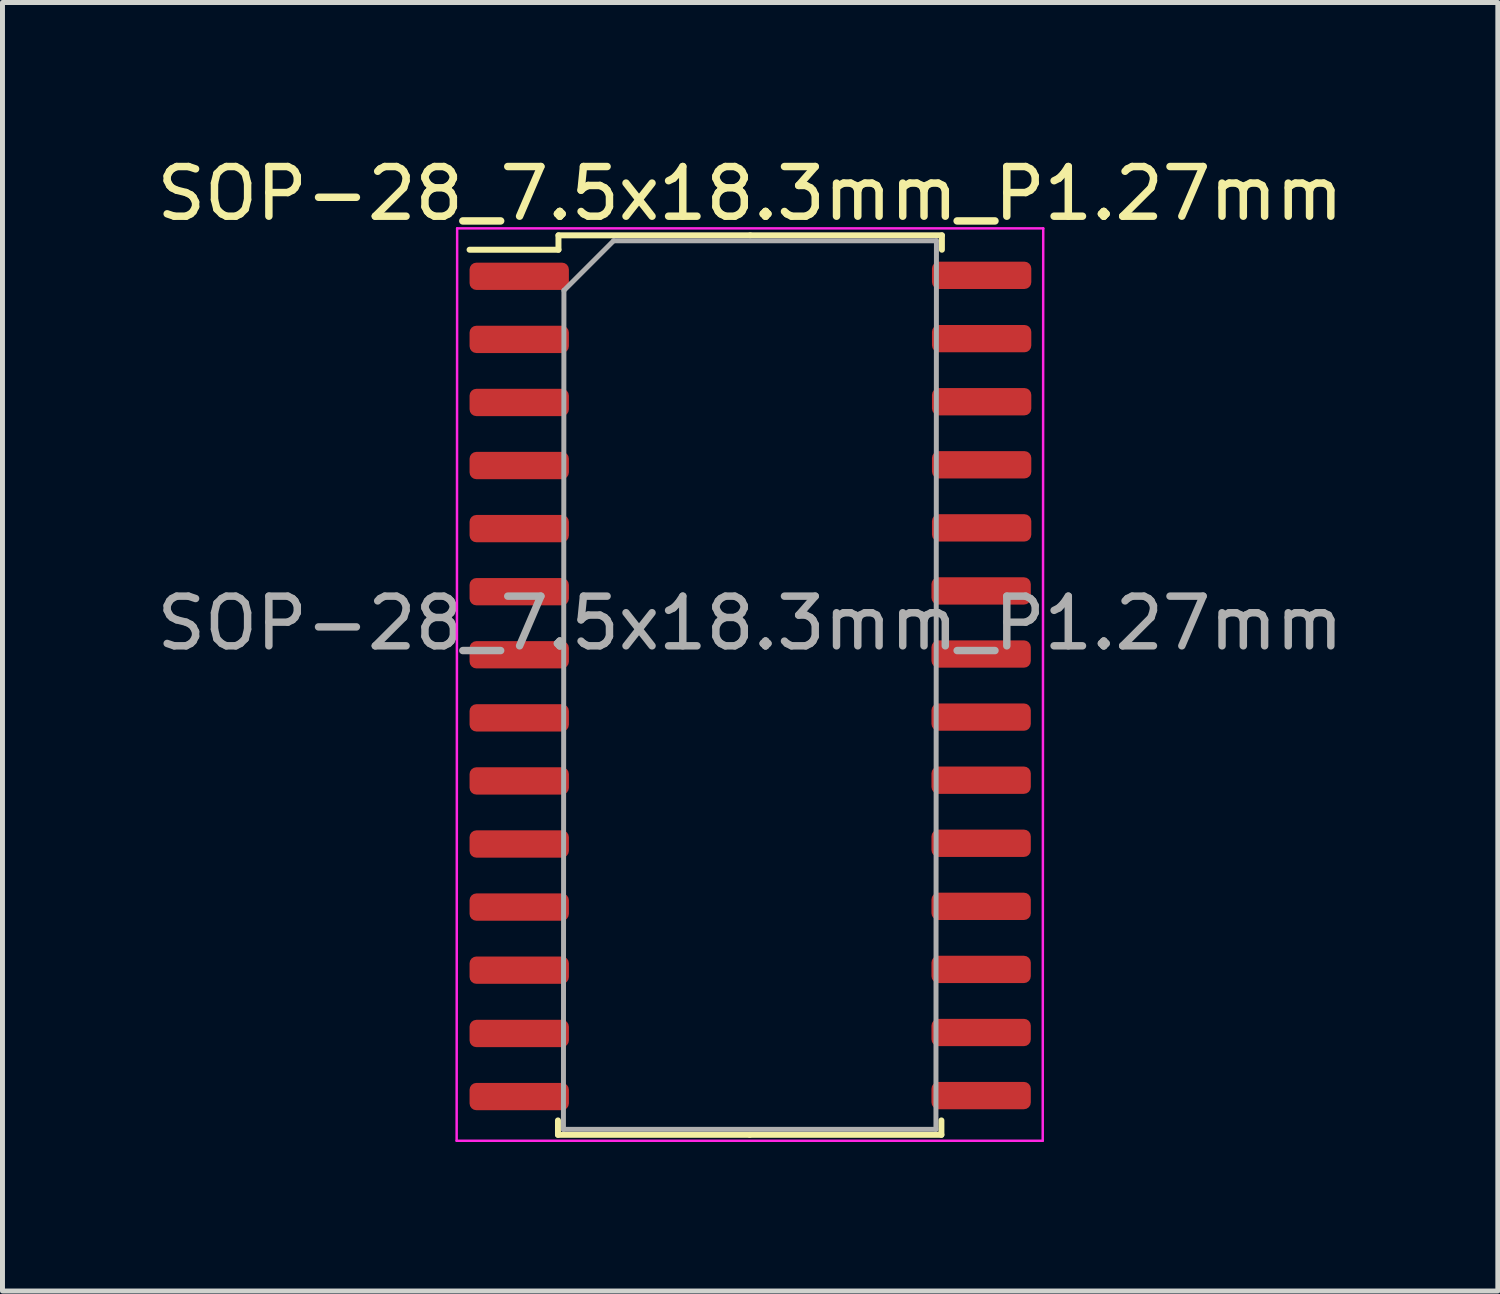
<source format=kicad_pcb>
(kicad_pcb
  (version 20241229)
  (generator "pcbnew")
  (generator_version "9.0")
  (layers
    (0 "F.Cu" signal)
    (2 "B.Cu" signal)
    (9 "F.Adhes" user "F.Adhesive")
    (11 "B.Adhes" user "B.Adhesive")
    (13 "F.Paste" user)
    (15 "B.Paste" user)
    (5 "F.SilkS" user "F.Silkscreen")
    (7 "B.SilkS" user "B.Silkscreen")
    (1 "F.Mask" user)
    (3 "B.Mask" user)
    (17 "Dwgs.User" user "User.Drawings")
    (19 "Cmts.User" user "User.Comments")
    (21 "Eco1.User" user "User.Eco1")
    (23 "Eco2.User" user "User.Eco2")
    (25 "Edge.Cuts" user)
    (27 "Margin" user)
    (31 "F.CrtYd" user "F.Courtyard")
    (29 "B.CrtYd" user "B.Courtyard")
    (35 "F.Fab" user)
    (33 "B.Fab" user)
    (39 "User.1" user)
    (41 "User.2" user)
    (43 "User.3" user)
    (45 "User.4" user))
  (footprint "SOP-28_7.5x18.3mm_P1.27mm"
    (layer "F.Cu")
    (at 12.054 9.498)
    (property "Reference" "SOP-28_7.5x18.3mm_P1.27mm" (at 0 -8.65 0) (layer "F.SilkS") (effects (font (size 1 1) (thickness 0.15))))
    (attr smd)
    (fp_line (start -3.87 10.3) (end -3.87 10.01) (stroke (width 0.12) (type solid)) (layer "F.SilkS"))
    (fp_line (start -3.86 -7.81) (end -3.86 -7.52) (stroke (width 0.12) (type solid)) (layer "F.SilkS"))
    (fp_line (start -3.86 -7.52) (end -5.65 -7.52) (stroke (width 0.12) (type solid)) (layer "F.SilkS"))
    (fp_line (start -0.01 10.3) (end -3.87 10.3) (stroke (width 0.12) (type solid)) (layer "F.SilkS"))
    (fp_line (start -0.01 10.3) (end 3.85 10.3) (stroke (width 0.12) (type solid)) (layer "F.SilkS"))
    (fp_line (start 0 -7.81) (end -3.86 -7.81) (stroke (width 0.12) (type solid)) (layer "F.SilkS"))
    (fp_line (start 0 -7.81) (end 3.86 -7.81) (stroke (width 0.12) (type solid)) (layer "F.SilkS"))
    (fp_line (start 3.85 10.3) (end 3.85 10.01) (stroke (width 0.12) (type solid)) (layer "F.SilkS"))
    (fp_line (start 3.86 -7.81) (end 3.86 -7.52) (stroke (width 0.12) (type solid)) (layer "F.SilkS"))
    (fp_line (start -5.91 10.42) (end 5.89 10.42) (stroke (width 0.05) (type solid)) (layer "F.CrtYd"))
    (fp_line (start -5.9 -7.95) (end -5.91 10.42) (stroke (width 0.05) (type solid)) (layer "F.CrtYd"))
    (fp_line (start 5.89 10.42) (end 5.9 -7.95) (stroke (width 0.05) (type solid)) (layer "F.CrtYd"))
    (fp_line (start 5.9 -7.95) (end -5.9 -7.95) (stroke (width 0.05) (type solid)) (layer "F.CrtYd"))
    (fp_line (start -3.76 10.19) (end -3.75 -6.7) (stroke (width 0.1) (type solid)) (layer "F.Fab"))
    (fp_line (start -3.75 -6.7) (end -2.75 -7.7) (stroke (width 0.1) (type solid)) (layer "F.Fab"))
    (fp_line (start -2.75 -7.7) (end 3.75 -7.7) (stroke (width 0.1) (type solid)) (layer "F.Fab"))
    (fp_line (start 3.74 10.19) (end -3.76 10.19) (stroke (width 0.1) (type solid)) (layer "F.Fab"))
    (fp_line (start 3.75 -7.7) (end 3.74 10.19) (stroke (width 0.1) (type solid)) (layer "F.Fab"))
    (fp_text user "${REFERENCE}" (at 0 0 0) (layer "F.Fab") (effects (font (size 1 1) (thickness 0.15))))
    (pad "1" smd roundrect (at -4.65 -6.985) (size 2 0.55) (layers "F.Cu" "F.Mask" "F.Paste") (roundrect_rratio 0.25))
    (pad "2" smd roundrect (at -4.65 -5.715) (size 2 0.55) (layers "F.Cu" "F.Mask" "F.Paste") (roundrect_rratio 0.25))
    (pad "3" smd roundrect (at -4.65 -4.445) (size 2 0.55) (layers "F.Cu" "F.Mask" "F.Paste") (roundrect_rratio 0.25))
    (pad "4" smd roundrect (at -4.65 -3.175) (size 2 0.55) (layers "F.Cu" "F.Mask" "F.Paste") (roundrect_rratio 0.25))
    (pad "5" smd roundrect (at -4.65 -1.905) (size 2 0.55) (layers "F.Cu" "F.Mask" "F.Paste") (roundrect_rratio 0.25))
    (pad "6" smd roundrect (at -4.65 -0.635) (size 2 0.55) (layers "F.Cu" "F.Mask" "F.Paste") (roundrect_rratio 0.25))
    (pad "7" smd roundrect (at -4.65 0.635) (size 2 0.55) (layers "F.Cu" "F.Mask" "F.Paste") (roundrect_rratio 0.25))
    (pad "8" smd roundrect (at -4.65 1.905) (size 2 0.55) (layers "F.Cu" "F.Mask" "F.Paste") (roundrect_rratio 0.25))
    (pad "9" smd roundrect (at -4.65 3.175) (size 2 0.55) (layers "F.Cu" "F.Mask" "F.Paste") (roundrect_rratio 0.25))
    (pad "10" smd roundrect (at -4.65 4.445) (size 2 0.55) (layers "F.Cu" "F.Mask" "F.Paste") (roundrect_rratio 0.25))
    (pad "11" smd roundrect (at -4.65 5.715) (size 2 0.55) (layers "F.Cu" "F.Mask" "F.Paste") (roundrect_rratio 0.25))
    (pad "12" smd roundrect (at -4.65 6.985) (size 2 0.55) (layers "F.Cu" "F.Mask" "F.Paste") (roundrect_rratio 0.25))
    (pad "13" smd roundrect (at -4.65 8.26 180) (size 2 0.55) (layers "F.Cu" "F.Mask" "F.Paste") (roundrect_rratio 0.25))
    (pad "14" smd roundrect (at -4.65 9.53 180) (size 2 0.55) (layers "F.Cu" "F.Mask" "F.Paste") (roundrect_rratio 0.25))
    (pad "15" smd roundrect (at 4.65 9.51) (size 2 0.55) (layers "F.Cu" "F.Mask" "F.Paste") (roundrect_rratio 0.25))
    (pad "16" smd roundrect (at 4.65 8.24) (size 2 0.55) (layers "F.Cu" "F.Mask" "F.Paste") (roundrect_rratio 0.25))
    (pad "17" smd roundrect (at 4.65 6.97) (size 2 0.55) (layers "F.Cu" "F.Mask" "F.Paste") (roundrect_rratio 0.25))
    (pad "18" smd roundrect (at 4.65 5.7) (size 2 0.55) (layers "F.Cu" "F.Mask" "F.Paste") (roundrect_rratio 0.25))
    (pad "19" smd roundrect (at 4.65 4.43) (size 2 0.55) (layers "F.Cu" "F.Mask" "F.Paste") (roundrect_rratio 0.25))
    (pad "20" smd roundrect (at 4.65 3.16) (size 2 0.55) (layers "F.Cu" "F.Mask" "F.Paste") (roundrect_rratio 0.25))
    (pad "21" smd roundrect (at 4.65 1.89) (size 2 0.55) (layers "F.Cu" "F.Mask" "F.Paste") (roundrect_rratio 0.25))
    (pad "22" smd roundrect (at 4.65 0.62) (size 2 0.55) (layers "F.Cu" "F.Mask" "F.Paste") (roundrect_rratio 0.25))
    (pad "23" smd roundrect (at 4.65 -0.65) (size 2 0.55) (layers "F.Cu" "F.Mask" "F.Paste") (roundrect_rratio 0.25))
    (pad "24" smd roundrect (at 4.66 -1.92) (size 2 0.55) (layers "F.Cu" "F.Mask" "F.Paste") (roundrect_rratio 0.25))
    (pad "25" smd roundrect (at 4.66 -3.19) (size 2 0.55) (layers "F.Cu" "F.Mask" "F.Paste") (roundrect_rratio 0.25))
    (pad "26" smd roundrect (at 4.66 -4.46) (size 2 0.55) (layers "F.Cu" "F.Mask" "F.Paste") (roundrect_rratio 0.25))
    (pad "27" smd roundrect (at 4.66 -5.73) (size 2 0.55) (layers "F.Cu" "F.Mask" "F.Paste") (roundrect_rratio 0.25))
    (pad "28" smd roundrect (at 4.66 -7.005) (size 2 0.55) (layers "F.Cu" "F.Mask" "F.Paste") (roundrect_rratio 0.25)))
  (gr_rect
    (start -3 -3)
    (end 27.107 22.943)
    (stroke (width 0.1) (type default))
    (fill no)
    (layer "Edge.Cuts")))
</source>
